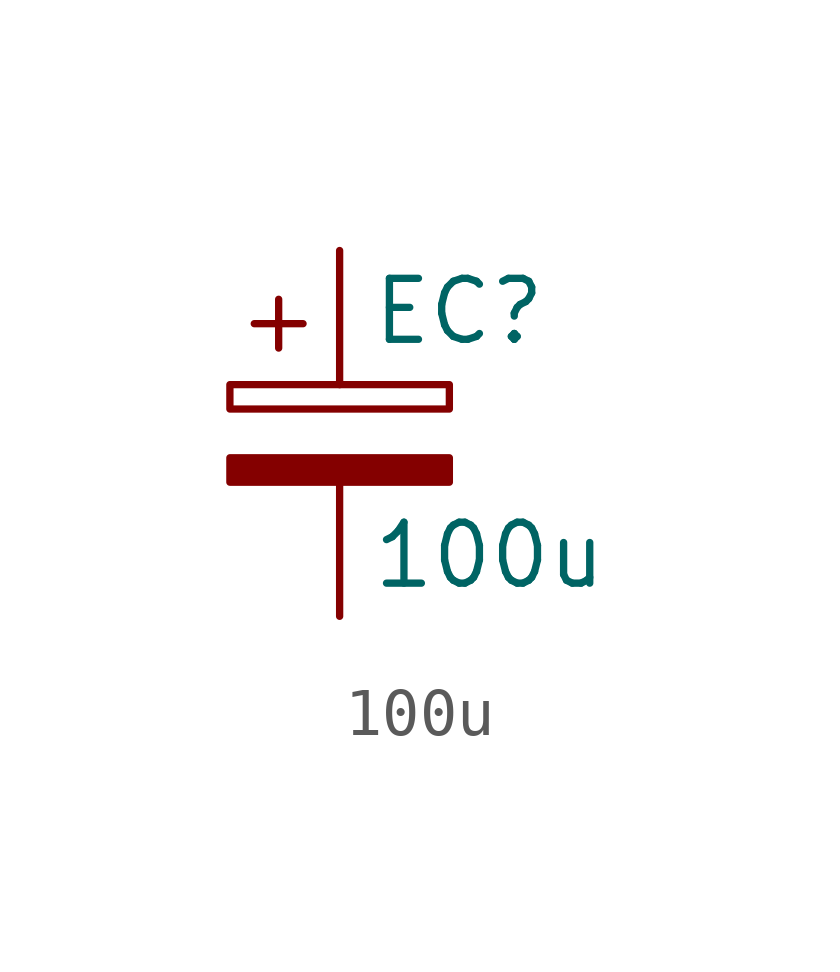
<source format=kicad_sym>
(kicad_symbol_lib
  (version 20220914)
  (generator kicad_symbol_editor)
  (symbol "100u"
    (pin_numbers hide)
    (pin_names
      (offset 0.254))
    (property "Reference" "EC"
      (at 0.635 2.54 0)
      (effects (font (size 1.27 1.27)) (justify left)))
    (property "Value" "100u"
      (at 0.635 -2.54 0)
      (effects (font (size 1.27 1.27)) (justify left)))
    (symbol "100u_0_1"
      (rectangle (start -2.286 0.508) (end 2.286 1.016) (stroke (width 0) (type default)) (fill (type none)))
      (polyline (pts (xy -1.778 2.286) (xy -0.762 2.286)) (stroke (width 0) (type default)) (fill (type none)))
      (polyline (pts (xy -1.27 2.794) (xy -1.27 1.778)) (stroke (width 0) (type default)) (fill (type none)))
      (rectangle (start 2.286 -0.508) (end -2.286 -1.016) (stroke (width 0) (type default)) (fill (type outline))))
    (symbol "100u_1_1"
      (pin passive line (at 0 3.81 270) (length 2.794) (name "~" (effects (font (size 1.27 1.27)))) (number "1" (effects (font (size 1.27 1.27)))))
      (pin passive line (at 0 -3.81 90) (length 2.794) (name "~" (effects (font (size 1.27 1.27)))) (number "2" (effects (font (size 1.27 1.27))))))))
</source>
